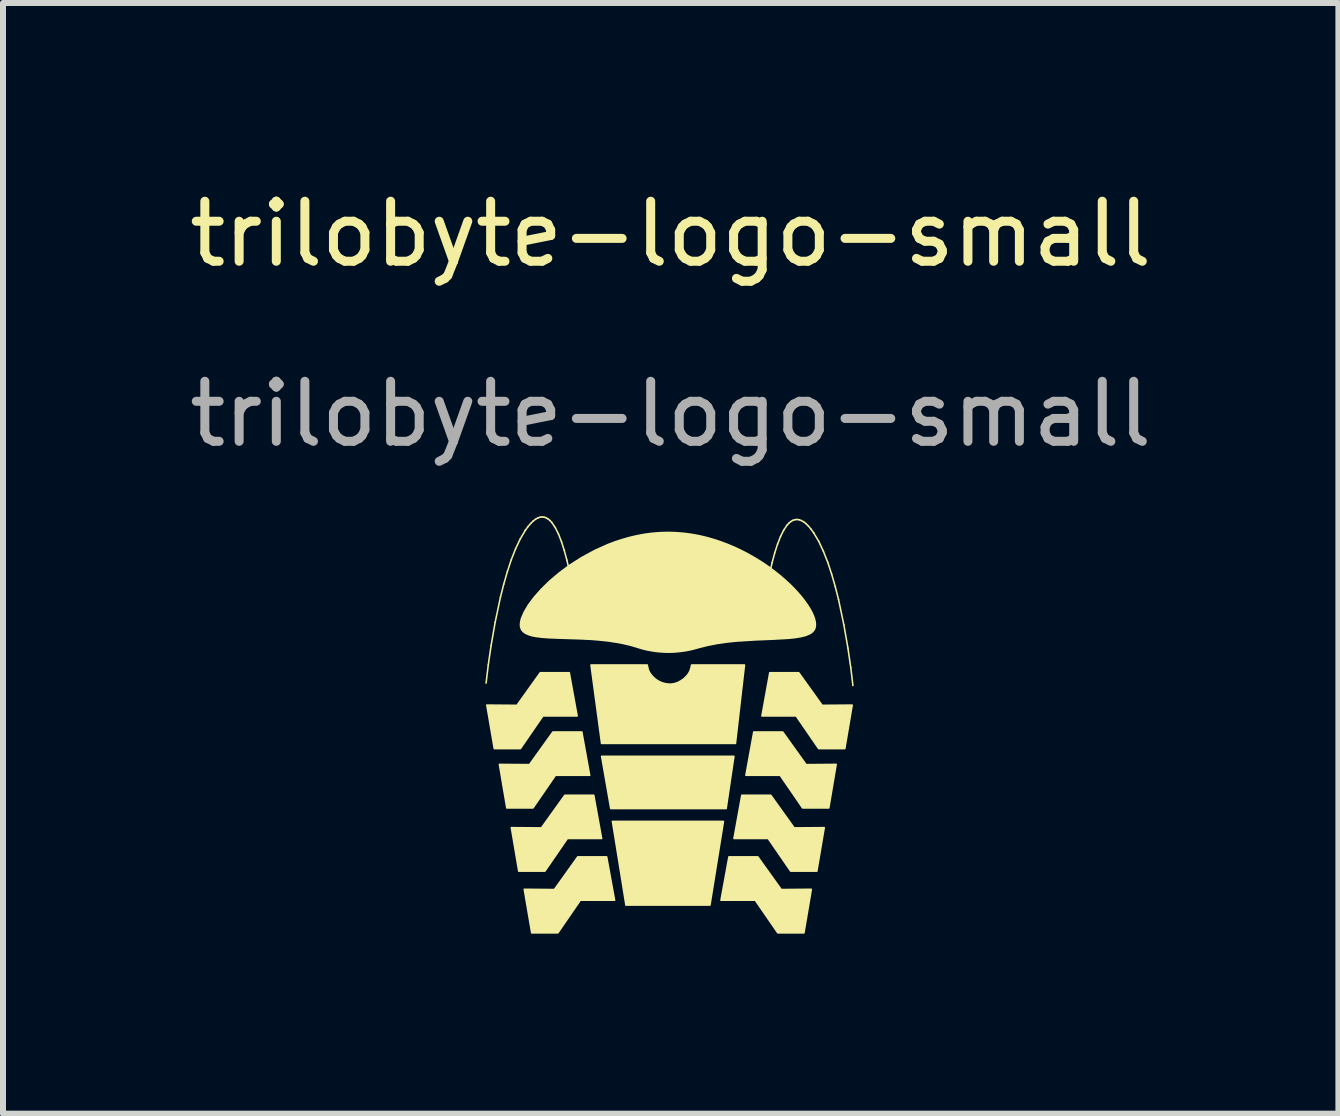
<source format=kicad_pcb>
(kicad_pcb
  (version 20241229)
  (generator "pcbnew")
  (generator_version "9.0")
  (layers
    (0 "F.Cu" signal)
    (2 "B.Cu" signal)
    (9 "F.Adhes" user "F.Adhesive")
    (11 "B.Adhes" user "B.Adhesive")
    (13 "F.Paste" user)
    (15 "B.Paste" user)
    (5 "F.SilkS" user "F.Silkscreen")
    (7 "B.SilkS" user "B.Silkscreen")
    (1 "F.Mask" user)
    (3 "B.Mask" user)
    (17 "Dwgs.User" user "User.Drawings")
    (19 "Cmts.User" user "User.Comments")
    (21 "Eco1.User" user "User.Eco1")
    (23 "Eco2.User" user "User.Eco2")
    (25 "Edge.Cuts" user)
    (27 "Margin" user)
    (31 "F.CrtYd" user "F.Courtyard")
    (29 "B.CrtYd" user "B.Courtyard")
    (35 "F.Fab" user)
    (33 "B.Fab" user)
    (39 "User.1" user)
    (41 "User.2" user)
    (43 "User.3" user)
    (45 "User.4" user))
  (footprint "trilobyte-logo-small"
    (layer "F.Cu")
    (at 8.125 1.348)
    (property "Reference" "trilobyte-logo-small" (at 0 -0.5 0) (unlocked yes) (layer "F.SilkS") (effects (font (size 1 1) (thickness 0.15))))
    (fp_line (start -3.04 6.683) (end -3.076 6.983) (stroke (width 0.026) (type solid)) (layer "F.SilkS"))
    (fp_line (start -2.993 6.361) (end -3.04 6.683) (stroke (width 0.026) (type solid)) (layer "F.SilkS"))
    (fp_line (start -2.925 5.971) (end -2.993 6.361) (stroke (width 0.026) (type solid)) (layer "F.SilkS"))
    (fp_line (start -2.836 5.548) (end -2.925 5.971) (stroke (width 0.026) (type solid)) (layer "F.SilkS"))
    (fp_line (start -2.782 5.336) (end -2.836 5.548) (stroke (width 0.026) (type solid)) (layer "F.SilkS"))
    (fp_line (start -2.722 5.128) (end -2.782 5.336) (stroke (width 0.026) (type solid)) (layer "F.SilkS"))
    (fp_line (start -2.657 4.93) (end -2.722 5.128) (stroke (width 0.026) (type solid)) (layer "F.SilkS"))
    (fp_line (start -2.585 4.746) (end -2.657 4.93) (stroke (width 0.026) (type solid)) (layer "F.SilkS"))
    (fp_line (start -2.506 4.58) (end -2.585 4.746) (stroke (width 0.026) (type solid)) (layer "F.SilkS"))
    (fp_line (start -2.421 4.436) (end -2.506 4.58) (stroke (width 0.026) (type solid)) (layer "F.SilkS"))
    (fp_line (start -2.421 4.436) (end -2.421 4.436) (stroke (width 0.026) (type solid)) (layer "F.SilkS"))
    (fp_line (start -2.377 4.376) (end -2.421 4.436) (stroke (width 0.026) (type solid)) (layer "F.SilkS"))
    (fp_line (start -2.335 4.326) (end -2.377 4.376) (stroke (width 0.026) (type solid)) (layer "F.SilkS"))
    (fp_line (start -2.294 4.286) (end -2.335 4.326) (stroke (width 0.026) (type solid)) (layer "F.SilkS"))
    (fp_line (start -2.254 4.255) (end -2.294 4.286) (stroke (width 0.026) (type solid)) (layer "F.SilkS"))
    (fp_line (start -2.216 4.233) (end -2.254 4.255) (stroke (width 0.026) (type solid)) (layer "F.SilkS"))
    (fp_line (start -2.179 4.22) (end -2.216 4.233) (stroke (width 0.026) (type solid)) (layer "F.SilkS"))
    (fp_line (start -2.143 4.215) (end -2.179 4.22) (stroke (width 0.026) (type solid)) (layer "F.SilkS"))
    (fp_line (start -2.109 4.219) (end -2.143 4.215) (stroke (width 0.026) (type solid)) (layer "F.SilkS"))
    (fp_line (start -2.075 4.23) (end -2.109 4.219) (stroke (width 0.026) (type solid)) (layer "F.SilkS"))
    (fp_line (start -2.043 4.249) (end -2.075 4.23) (stroke (width 0.026) (type solid)) (layer "F.SilkS"))
    (fp_line (start -2.012 4.275) (end -2.043 4.249) (stroke (width 0.026) (type solid)) (layer "F.SilkS"))
    (fp_line (start -1.981 4.308) (end -2.012 4.275) (stroke (width 0.026) (type solid)) (layer "F.SilkS"))
    (fp_line (start -1.924 4.392) (end -1.981 4.308) (stroke (width 0.026) (type solid)) (layer "F.SilkS"))
    (fp_line (start -1.87 4.499) (end -1.924 4.392) (stroke (width 0.026) (type solid)) (layer "F.SilkS"))
    (fp_line (start -1.82 4.627) (end -1.87 4.499) (stroke (width 0.026) (type solid)) (layer "F.SilkS"))
    (fp_line (start -1.773 4.773) (end -1.82 4.627) (stroke (width 0.026) (type solid)) (layer "F.SilkS"))
    (fp_line (start -1.73 4.935) (end -1.773 4.773) (stroke (width 0.026) (type solid)) (layer "F.SilkS"))
    (fp_line (start -1.689 5.109) (end -1.73 4.935) (stroke (width 0.026) (type solid)) (layer "F.SilkS"))
    (fp_line (start -1.614 5.484) (end -1.689 5.109) (stroke (width 0.026) (type solid)) (layer "F.SilkS"))
    (fp_line (start -1.548 5.878) (end -1.614 5.484) (stroke (width 0.026) (type solid)) (layer "F.SilkS"))
    (fp_line (start 1.508 5.919) (end 1.574 5.525) (stroke (width 0.026) (type solid)) (layer "F.SilkS"))
    (fp_line (start 1.574 5.525) (end 1.649 5.15) (stroke (width 0.026) (type solid)) (layer "F.SilkS"))
    (fp_line (start 1.649 5.15) (end 1.69 4.976) (stroke (width 0.026) (type solid)) (layer "F.SilkS"))
    (fp_line (start 1.69 4.976) (end 1.733 4.815) (stroke (width 0.026) (type solid)) (layer "F.SilkS"))
    (fp_line (start 1.733 4.815) (end 1.78 4.669) (stroke (width 0.026) (type solid)) (layer "F.SilkS"))
    (fp_line (start 1.78 4.669) (end 1.83 4.541) (stroke (width 0.026) (type solid)) (layer "F.SilkS"))
    (fp_line (start 1.83 4.541) (end 1.884 4.433) (stroke (width 0.026) (type solid)) (layer "F.SilkS"))
    (fp_line (start 1.884 4.433) (end 1.941 4.349) (stroke (width 0.026) (type solid)) (layer "F.SilkS"))
    (fp_line (start 1.941 4.349) (end 1.972 4.316) (stroke (width 0.026) (type solid)) (layer "F.SilkS"))
    (fp_line (start 1.972 4.316) (end 2.003 4.291) (stroke (width 0.026) (type solid)) (layer "F.SilkS"))
    (fp_line (start 2.003 4.291) (end 2.035 4.272) (stroke (width 0.026) (type solid)) (layer "F.SilkS"))
    (fp_line (start 2.035 4.272) (end 2.069 4.261) (stroke (width 0.026) (type solid)) (layer "F.SilkS"))
    (fp_line (start 2.069 4.261) (end 2.103 4.257) (stroke (width 0.026) (type solid)) (layer "F.SilkS"))
    (fp_line (start 2.103 4.257) (end 2.139 4.262) (stroke (width 0.026) (type solid)) (layer "F.SilkS"))
    (fp_line (start 2.139 4.262) (end 2.176 4.275) (stroke (width 0.026) (type solid)) (layer "F.SilkS"))
    (fp_line (start 2.176 4.275) (end 2.215 4.296) (stroke (width 0.026) (type solid)) (layer "F.SilkS"))
    (fp_line (start 2.215 4.296) (end 2.254 4.327) (stroke (width 0.026) (type solid)) (layer "F.SilkS"))
    (fp_line (start 2.254 4.327) (end 2.295 4.368) (stroke (width 0.026) (type solid)) (layer "F.SilkS"))
    (fp_line (start 2.295 4.368) (end 2.337 4.418) (stroke (width 0.026) (type solid)) (layer "F.SilkS"))
    (fp_line (start 2.337 4.418) (end 2.381 4.478) (stroke (width 0.026) (type solid)) (layer "F.SilkS"))
    (fp_line (start 2.381 4.478) (end 2.381 4.478) (stroke (width 0.026) (type solid)) (layer "F.SilkS"))
    (fp_line (start 2.381 4.478) (end 2.466 4.621) (stroke (width 0.026) (type solid)) (layer "F.SilkS"))
    (fp_line (start 2.466 4.621) (end 2.544 4.787) (stroke (width 0.026) (type solid)) (layer "F.SilkS"))
    (fp_line (start 2.544 4.787) (end 2.617 4.972) (stroke (width 0.026) (type solid)) (layer "F.SilkS"))
    (fp_line (start 2.617 4.972) (end 2.682 5.17) (stroke (width 0.026) (type solid)) (layer "F.SilkS"))
    (fp_line (start 2.682 5.17) (end 2.742 5.377) (stroke (width 0.026) (type solid)) (layer "F.SilkS"))
    (fp_line (start 2.742 5.377) (end 2.796 5.59) (stroke (width 0.026) (type solid)) (layer "F.SilkS"))
    (fp_line (start 2.796 5.59) (end 2.885 6.012) (stroke (width 0.026) (type solid)) (layer "F.SilkS"))
    (fp_line (start 2.885 6.012) (end 2.953 6.402) (stroke (width 0.026) (type solid)) (layer "F.SilkS"))
    (fp_line (start 2.953 6.402) (end 3 6.724) (stroke (width 0.026) (type solid)) (layer "F.SilkS"))
    (fp_line (start 3 6.724) (end 3.036 7.024) (stroke (width 0.026) (type solid)) (layer "F.SilkS"))
    (fp_poly (pts (xy -1.151 8.203) (xy 1.053 8.203) (xy 0.924 9.074) (xy -0.999 9.074) (xy -1.151 8.203)) (stroke (width 0.026) (type solid)) (fill yes) (layer "F.SilkS"))
    (fp_poly (pts (xy -0.971 9.288) (xy -0.746 10.682) (xy 0.654 10.682) (xy 0.879 9.288) (xy -0.971 9.288)) (stroke (width 0.026) (type solid)) (fill yes) (layer "F.SilkS"))
    (fp_poly (pts (xy -1.69 6.81) (xy -1.559 7.531) (xy -2.13 7.531) (xy -2.504 8.075) (xy -2.94 8.075) (xy -3.064 7.35) (xy -2.562 7.354) (xy -2.173 6.81) (xy -1.69 6.81)) (stroke (width 0.026) (type solid)) (fill yes) (layer "F.SilkS"))
    (fp_poly (pts (xy -1.481 7.798) (xy -1.35 8.52) (xy -1.921 8.52) (xy -2.295 9.064) (xy -2.731 9.064) (xy -2.854 8.338) (xy -2.353 8.342) (xy -1.963 7.798) (xy -1.481 7.798)) (stroke (width 0.026) (type solid)) (fill yes) (layer "F.SilkS"))
    (fp_poly (pts (xy -1.282 8.852) (xy -1.151 9.573) (xy -1.722 9.573) (xy -2.096 10.117) (xy -2.532 10.117) (xy -2.655 9.392) (xy -2.154 9.396) (xy -1.764 8.852) (xy -1.282 8.852)) (stroke (width 0.026) (type solid)) (fill yes) (layer "F.SilkS"))
    (fp_poly (pts (xy -1.067 9.879) (xy -0.935 10.601) (xy -1.506 10.601) (xy -1.88 11.145) (xy -2.316 11.145) (xy -2.44 10.419) (xy -1.938 10.423) (xy -1.549 9.879) (xy -1.067 9.879)) (stroke (width 0.026) (type solid)) (fill yes) (layer "F.SilkS"))
    (fp_poly (pts (xy 0.97 9.879) (xy 0.838 10.601) (xy 1.409 10.601) (xy 1.784 11.145) (xy 2.22 11.145) (xy 2.343 10.419) (xy 1.841 10.423) (xy 1.452 9.879) (xy 0.97 9.879)) (stroke (width 0.026) (type solid)) (fill yes) (layer "F.SilkS"))
    (fp_poly (pts (xy 1.185 8.852) (xy 1.054 9.573) (xy 1.625 9.573) (xy 1.999 10.117) (xy 2.435 10.117) (xy 2.558 9.392) (xy 2.057 9.396) (xy 1.667 8.852) (xy 1.185 8.852)) (stroke (width 0.026) (type solid)) (fill yes) (layer "F.SilkS"))
    (fp_poly (pts (xy 1.384 7.798) (xy 1.253 8.52) (xy 1.824 8.52) (xy 2.198 9.064) (xy 2.634 9.064) (xy 2.757 8.338) (xy 2.256 8.342) (xy 1.866 7.798) (xy 1.384 7.798)) (stroke (width 0.026) (type solid)) (fill yes) (layer "F.SilkS"))
    (fp_poly (pts (xy 1.651 6.81) (xy 1.52 7.531) (xy 2.091 7.531) (xy 2.465 8.075) (xy 2.901 8.075) (xy 3.024 7.35) (xy 2.523 7.354) (xy 2.133 6.81) (xy 1.651 6.81)) (stroke (width 0.026) (type solid)) (fill yes) (layer "F.SilkS"))
    (fp_poly (pts (xy -0.046 4.473) (xy -0.178 4.477) (xy -0.309 4.487) (xy -0.437 4.504) (xy -0.564 4.528) (xy -0.688 4.557) (xy -0.81 4.592) (xy -0.93 4.631) (xy -1.046 4.675) (xy -1.27 4.776) (xy -1.48 4.89) (xy -1.675 5.014) (xy -1.854 5.146) (xy -2.014 5.281) (xy -2.154 5.418) (xy -2.273 5.552) (xy -2.369 5.68) (xy -2.44 5.8) (xy -2.486 5.908) (xy -2.498 5.957) (xy -2.503 6.001) (xy -2.502 6.041) (xy -2.492 6.075) (xy -2.479 6.1) (xy -2.461 6.122) (xy -2.437 6.141) (xy -2.409 6.158) (xy -2.377 6.172) (xy -2.341 6.185) (xy -2.3 6.196) (xy -2.256 6.205) (xy -2.156 6.218) (xy -2.044 6.227) (xy -1.788 6.237) (xy -1.5 6.246) (xy -1.348 6.253) (xy -1.193 6.265) (xy -1.037 6.282) (xy -0.882 6.306) (xy -0.804 6.321) (xy -0.728 6.338) (xy -0.652 6.357) (xy -0.578 6.379) (xy -0.514 6.399) (xy -0.451 6.417) (xy -0.386 6.432) (xy -0.322 6.444) (xy -0.257 6.454) (xy -0.192 6.461) (xy -0.126 6.466) (xy -0.061 6.468) (xy 0.005 6.468) (xy 0.07 6.465) (xy 0.136 6.459) (xy 0.201 6.451) (xy 0.266 6.441) (xy 0.331 6.428) (xy 0.395 6.412) (xy 0.459 6.394) (xy 0.613 6.355) (xy 0.771 6.324) (xy 0.93 6.301) (xy 1.09 6.284) (xy 1.401 6.264) (xy 1.692 6.252) (xy 1.95 6.238) (xy 2.063 6.227) (xy 2.163 6.211) (xy 2.248 6.19) (xy 2.317 6.161) (xy 2.345 6.143) (xy 2.368 6.123) (xy 2.386 6.101) (xy 2.4 6.075) (xy 2.409 6.04) (xy 2.411 6) (xy 2.406 5.955) (xy 2.393 5.906) (xy 2.374 5.853) (xy 2.348 5.797) (xy 2.315 5.738) (xy 2.276 5.677) (xy 2.231 5.614) (xy 2.18 5.548) (xy 2.123 5.482) (xy 2.061 5.414) (xy 1.993 5.346) (xy 1.92 5.278) (xy 1.843 5.21) (xy 1.76 5.143) (xy 1.673 5.076) (xy 1.582 5.011) (xy 1.486 4.948) (xy 1.386 4.888) (xy 1.283 4.829) (xy 1.176 4.774) (xy 1.066 4.722) (xy 0.952 4.674) (xy 0.836 4.63) (xy 0.717 4.591) (xy 0.595 4.556) (xy 0.471 4.527) (xy 0.344 4.504) (xy 0.216 4.487) (xy 0.086 4.477) (xy -0.046 4.473)) (stroke (width 0.026) (type solid)) (fill yes) (layer "F.SilkS"))
    (fp_poly (pts (xy -1.328 6.682) (xy -0.39 6.682) (xy -0.388 6.694) (xy -0.386 6.706) (xy -0.384 6.717) (xy -0.381 6.729) (xy -0.379 6.741) (xy -0.375 6.752) (xy -0.372 6.764) (xy -0.368 6.775) (xy -0.366 6.78) (xy -0.363 6.785) (xy -0.361 6.79) (xy -0.359 6.794) (xy -0.356 6.799) (xy -0.354 6.803) (xy -0.351 6.808) (xy -0.348 6.812) (xy -0.346 6.817) (xy -0.343 6.821) (xy -0.34 6.825) (xy -0.337 6.83) (xy -0.334 6.834) (xy -0.33 6.838) (xy -0.327 6.842) (xy -0.324 6.846) (xy -0.319 6.852) (xy -0.314 6.858) (xy -0.31 6.863) (xy -0.305 6.869) (xy -0.3 6.874) (xy -0.295 6.88) (xy -0.289 6.885) (xy -0.284 6.89) (xy -0.279 6.895) (xy -0.273 6.9) (xy -0.268 6.905) (xy -0.262 6.91) (xy -0.256 6.915) (xy -0.251 6.919) (xy -0.245 6.924) (xy -0.239 6.928) (xy -0.231 6.933) (xy -0.223 6.939) (xy -0.215 6.943) (xy -0.207 6.948) (xy -0.199 6.953) (xy -0.191 6.957) (xy -0.182 6.961) (xy -0.174 6.965) (xy -0.165 6.969) (xy -0.156 6.972) (xy -0.148 6.976) (xy -0.139 6.979) (xy -0.13 6.982) (xy -0.121 6.984) (xy -0.112 6.987) (xy -0.103 6.989) (xy -0.094 6.991) (xy -0.085 6.993) (xy -0.076 6.995) (xy -0.067 6.996) (xy -0.058 6.997) (xy -0.049 6.998) (xy -0.04 6.999) (xy -0.031 7) (xy -0.023 7) (xy -0.014 7) (xy -0.006 7) (xy 0.002 7) (xy 0.011 6.999) (xy 0.019 6.999) (xy 0.028 6.998) (xy 0.036 6.997) (xy 0.044 6.995) (xy 0.052 6.994) (xy 0.06 6.992) (xy 0.068 6.99) (xy 0.076 6.987) (xy 0.084 6.985) (xy 0.091 6.983) (xy 0.099 6.98) (xy 0.107 6.977) (xy 0.114 6.974) (xy 0.122 6.971) (xy 0.129 6.967) (xy 0.137 6.964) (xy 0.144 6.96) (xy 0.151 6.956) (xy 0.158 6.952) (xy 0.166 6.948) (xy 0.173 6.943) (xy 0.18 6.939) (xy 0.187 6.934) (xy 0.194 6.929) (xy 0.201 6.924) (xy 0.208 6.919) (xy 0.215 6.914) (xy 0.221 6.909) (xy 0.228 6.903) (xy 0.234 6.897) (xy 0.24 6.891) (xy 0.246 6.885) (xy 0.252 6.879) (xy 0.258 6.873) (xy 0.264 6.867) (xy 0.269 6.861) (xy 0.274 6.856) (xy 0.279 6.85) (xy 0.283 6.844) (xy 0.288 6.838) (xy 0.292 6.832) (xy 0.296 6.826) (xy 0.301 6.819) (xy 0.304 6.813) (xy 0.308 6.806) (xy 0.312 6.8) (xy 0.315 6.793) (xy 0.318 6.786) (xy 0.321 6.779) (xy 0.324 6.772) (xy 0.327 6.765) (xy 0.33 6.755) (xy 0.333 6.745) (xy 0.336 6.734) (xy 0.339 6.724) (xy 0.341 6.713) (xy 0.344 6.703) (xy 0.346 6.692) (xy 0.348 6.682) (xy 1.229 6.682) (xy 1.079 7.989) (xy -1.152 7.989) (xy -1.328 6.682)) (stroke (width 0.026) (type solid)) (fill yes) (layer "F.SilkS"))
    (fp_poly (pts (xy 1.143 5.38) (xy 1.137 5.384) (xy 1.131 5.389) (xy 1.125 5.393) (xy 1.119 5.397) (xy 1.113 5.401) (xy 1.107 5.404) (xy 1.1 5.408) (xy 1.094 5.411) (xy 1.091 5.408) (xy 1.083 5.402) (xy 1.077 5.398) (xy 1.072 5.393) (xy 1.066 5.389) (xy 1.06 5.385) (xy 1.055 5.382) (xy 1.05 5.379) (xy 1.046 5.376) (xy 1.041 5.373) (xy 1.036 5.37) (xy 1.031 5.368) (xy 1.027 5.365) (xy 1.022 5.363) (xy 1.001 5.35) (xy 0.987 5.342) (xy 0.973 5.333) (xy 0.925 5.312) (xy 0.916 5.308) (xy 0.906 5.303) (xy 0.9 5.301) (xy 0.893 5.299) (xy 0.886 5.296) (xy 0.878 5.294) (xy 0.856 5.287) (xy 0.842 5.282) (xy 0.827 5.278) (xy 0.801 5.271) (xy 0.786 5.266) (xy 0.768 5.262) (xy 0.75 5.257) (xy 0.729 5.253) (xy 0.707 5.248) (xy 0.684 5.243) (xy 0.664 5.24) (xy 0.643 5.236) (xy 0.623 5.233) (xy 0.602 5.23) (xy 0.582 5.228) (xy 0.561 5.226) (xy 0.541 5.224) (xy 0.52 5.223) (xy 0.518 5.206) (xy 0.516 5.19) (xy 0.515 5.182) (xy 0.514 5.174) (xy 0.513 5.165) (xy 0.513 5.155) (xy 0.512 5.146) (xy 0.512 5.136) (xy 0.513 5.127) (xy 0.513 5.117) (xy 0.514 5.108) (xy 0.516 5.098) (xy 0.517 5.09) (xy 0.519 5.082) (xy 0.521 5.074) (xy 0.523 5.067) (xy 0.525 5.059) (xy 0.528 5.051) (xy 0.53 5.043) (xy 0.533 5.036) (xy 0.533 5.036) (xy 0.579 5.04) (xy 0.601 5.043) (xy 0.624 5.046) (xy 0.649 5.049) (xy 0.673 5.052) (xy 0.692 5.055) (xy 0.711 5.058) (xy 0.731 5.062) (xy 0.75 5.066) (xy 0.769 5.07) (xy 0.788 5.074) (xy 0.807 5.079) (xy 0.825 5.083) (xy 0.843 5.088) (xy 0.861 5.093) (xy 0.878 5.098) (xy 0.895 5.104) (xy 0.913 5.11) (xy 0.93 5.116) (xy 0.947 5.122) (xy 0.964 5.128) (xy 0.99 5.139) (xy 1.005 5.145) (xy 1.012 5.148) (xy 1.019 5.151) (xy 1.028 5.155) (xy 1.038 5.159) (xy 1.058 5.169) (xy 1.068 5.174) (xy 1.077 5.179) (xy 1.093 5.189) (xy 1.108 5.197) (xy 1.12 5.204) (xy 1.127 5.208) (xy 1.133 5.212) (xy 1.14 5.215) (xy 1.146 5.219) (xy 1.152 5.223) (xy 1.158 5.227) (xy 1.164 5.231) (xy 1.17 5.235) (xy 1.176 5.239) (xy 1.181 5.244) (xy 1.186 5.248) (xy 1.192 5.252) (xy 1.197 5.257) (xy 1.202 5.262) (xy 1.207 5.266) (xy 1.212 5.271) (xy 1.177 5.334) (xy 1.175 5.337) (xy 1.174 5.34) (xy 1.172 5.344) (xy 1.17 5.347) (xy 1.169 5.35) (xy 1.167 5.353) (xy 1.165 5.356) (xy 1.163 5.359) (xy 1.16 5.362) (xy 1.158 5.364) (xy 1.156 5.367) (xy 1.153 5.37) (xy 1.151 5.372) (xy 1.148 5.375) (xy 1.146 5.377) (xy 1.143 5.38) (xy 1.143 5.38)) (stroke (width 0.026) (type solid)) (fill yes) (layer "F.SilkS"))
    (fp_poly (pts (xy -0.643 5.154) (xy -0.643 5.156) (xy -0.643 5.159) (xy -0.645 5.168) (xy -0.647 5.18) (xy -0.67 5.182) (xy -0.692 5.185) (xy -0.714 5.188) (xy -0.736 5.192) (xy -0.758 5.195) (xy -0.78 5.2) (xy -0.802 5.205) (xy -0.823 5.21) (xy -0.835 5.213) (xy -0.846 5.217) (xy -0.857 5.221) (xy -0.869 5.225) (xy -0.88 5.229) (xy -0.891 5.233) (xy -0.902 5.237) (xy -0.913 5.242) (xy -0.916 5.243) (xy -0.92 5.245) (xy -0.929 5.249) (xy -0.941 5.254) (xy -0.959 5.261) (xy -1.005 5.281) (xy -1.014 5.285) (xy -1.024 5.29) (xy -1.034 5.295) (xy -1.043 5.3) (xy -1.053 5.306) (xy -1.062 5.311) (xy -1.071 5.316) (xy -1.08 5.322) (xy -1.09 5.329) (xy -1.1 5.337) (xy -1.119 5.353) (xy -1.129 5.361) (xy -1.139 5.369) (xy -1.149 5.377) (xy -1.154 5.38) (xy -1.16 5.384) (xy -1.161 5.385) (xy -1.161 5.386) (xy -1.162 5.387) (xy -1.163 5.388) (xy -1.164 5.389) (xy -1.165 5.39) (xy -1.166 5.391) (xy -1.167 5.392) (xy -1.169 5.394) (xy -1.17 5.395) (xy -1.172 5.396) (xy -1.173 5.398) (xy -1.176 5.4) (xy -1.177 5.401) (xy -1.179 5.403) (xy -1.189 5.413) (xy -1.204 5.429) (xy -1.214 5.441) (xy -1.222 5.438) (xy -1.231 5.434) (xy -1.239 5.431) (xy -1.248 5.427) (xy -1.256 5.423) (xy -1.264 5.419) (xy -1.272 5.414) (xy -1.28 5.409) (xy -1.284 5.407) (xy -1.288 5.405) (xy -1.292 5.402) (xy -1.296 5.4) (xy -1.3 5.397) (xy -1.303 5.394) (xy -1.307 5.391) (xy -1.311 5.388) (xy -1.314 5.385) (xy -1.317 5.382) (xy -1.321 5.378) (xy -1.324 5.375) (xy -1.327 5.371) (xy -1.33 5.368) (xy -1.332 5.364) (xy -1.335 5.36) (xy -1.355 5.323) (xy -1.323 5.288) (xy -1.312 5.276) (xy -1.302 5.266) (xy -1.298 5.262) (xy -1.295 5.259) (xy -1.287 5.251) (xy -1.28 5.244) (xy -1.272 5.237) (xy -1.264 5.23) (xy -1.256 5.224) (xy -1.248 5.217) (xy -1.24 5.211) (xy -1.231 5.204) (xy -1.224 5.199) (xy -1.217 5.193) (xy -1.21 5.187) (xy -1.203 5.182) (xy -1.195 5.177) (xy -1.188 5.172) (xy -1.18 5.167) (xy -1.172 5.162) (xy -1.168 5.159) (xy -1.164 5.156) (xy -1.155 5.151) (xy -1.135 5.14) (xy -1.121 5.132) (xy -1.11 5.127) (xy -1.102 5.122) (xy -1.097 5.12) (xy -1.074 5.108) (xy -1.044 5.094) (xy -1.013 5.081) (xy -0.983 5.069) (xy -0.952 5.058) (xy -0.921 5.047) (xy -0.889 5.037) (xy -0.858 5.028) (xy -0.826 5.02) (xy -0.798 5.014) (xy -0.77 5.009) (xy -0.743 5.005) (xy -0.719 5.001) (xy -0.667 4.994) (xy -0.665 4.998) (xy -0.66 5.01) (xy -0.657 5.017) (xy -0.655 5.025) (xy -0.652 5.032) (xy -0.649 5.04) (xy -0.647 5.047) (xy -0.646 5.054) (xy -0.644 5.061) (xy -0.643 5.068) (xy -0.642 5.075) (xy -0.641 5.082) (xy -0.64 5.089) (xy -0.64 5.096) (xy -0.639 5.104) (xy -0.639 5.111) (xy -0.639 5.118) (xy -0.64 5.125) (xy -0.64 5.132) (xy -0.641 5.14) (xy -0.642 5.147) (xy -0.643 5.154)) (stroke (width 0.026) (type solid)) (fill yes) (layer "F.SilkS"))
    (fp_text user "${REFERENCE}" (at 0 2.5 0) (unlocked yes) (layer "F.Fab") (effects (font (size 1 1) (thickness 0.15)))))
  (gr_rect
    (start -3 -3)
    (end 19.25 15.506)
    (stroke (width 0.1) (type default))
    (fill no)
    (layer "Edge.Cuts")))
</source>
